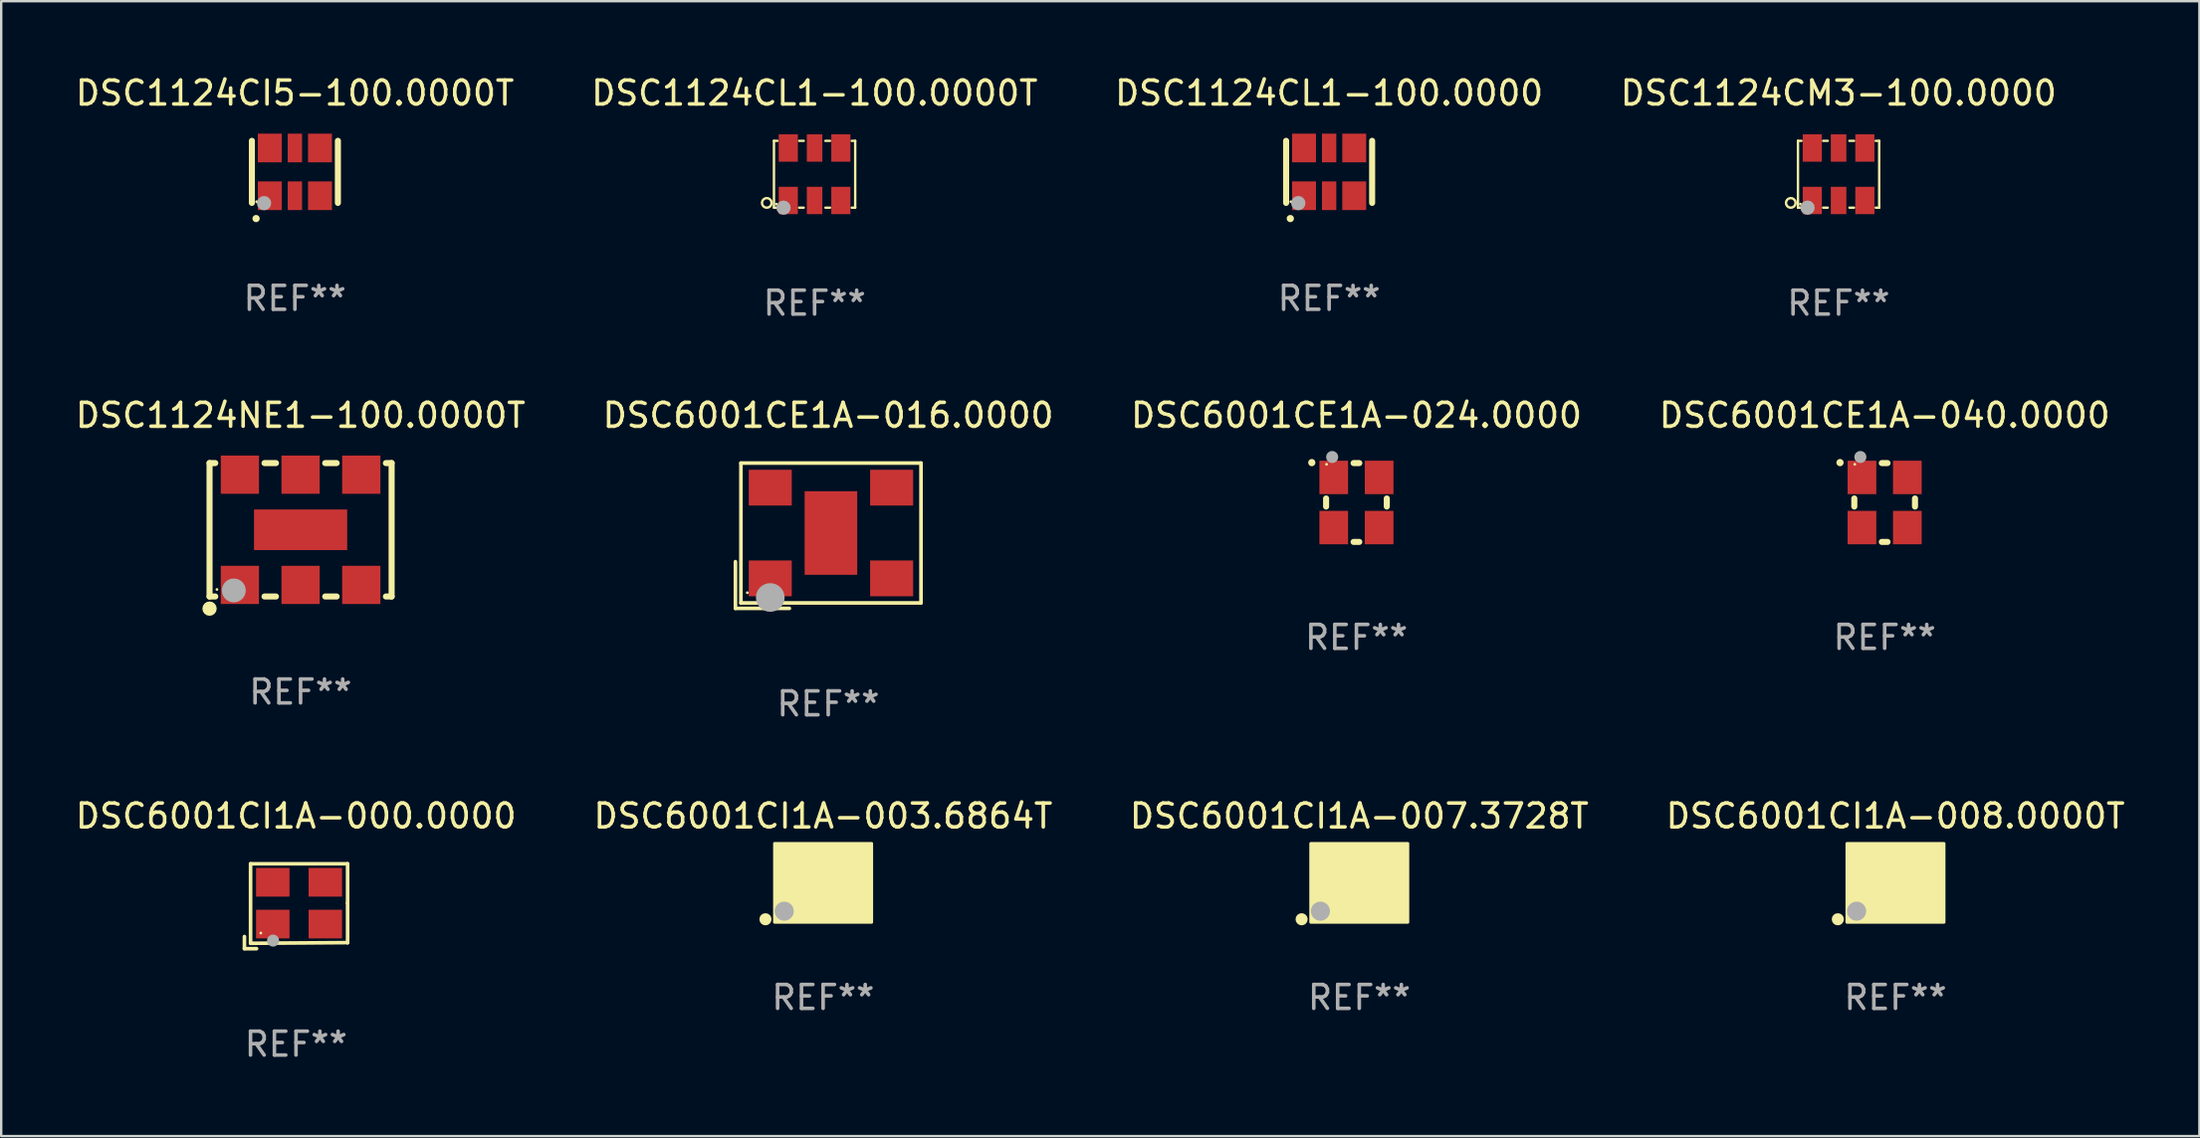
<source format=kicad_pcb>
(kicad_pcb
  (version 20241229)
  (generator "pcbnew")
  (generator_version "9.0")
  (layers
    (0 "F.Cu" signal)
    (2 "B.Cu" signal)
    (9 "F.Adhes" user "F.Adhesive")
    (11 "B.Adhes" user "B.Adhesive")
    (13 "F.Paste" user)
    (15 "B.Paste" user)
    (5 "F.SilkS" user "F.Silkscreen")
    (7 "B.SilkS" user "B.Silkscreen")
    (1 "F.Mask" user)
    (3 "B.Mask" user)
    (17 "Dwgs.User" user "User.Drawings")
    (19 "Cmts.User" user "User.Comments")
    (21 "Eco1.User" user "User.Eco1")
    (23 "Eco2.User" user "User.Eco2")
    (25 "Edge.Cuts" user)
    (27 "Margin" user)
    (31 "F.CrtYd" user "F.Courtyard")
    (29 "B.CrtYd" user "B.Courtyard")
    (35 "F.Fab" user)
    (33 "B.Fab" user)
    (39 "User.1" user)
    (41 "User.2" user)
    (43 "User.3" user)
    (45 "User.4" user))
  (footprint "DSC6001CI1A-007.3728T"
    (layer "F.Cu")
    (at 53.839 33.927)
    (property "Reference" "DSC6001CI1A-007.3728T" (at 0 -2.8 0) (layer "F.SilkS") (effects (font (size 1 1) (thickness 0.15))))
    (attr through_hole)
    (fp_circle (center -2.413 1.524) (end -2.286 1.524) (stroke (width 0.254) (type solid)) (fill no) (layer "F.SilkS"))
    (fp_circle (center -1.6 1.25) (end -1.57 1.25) (stroke (width 0.06) (type solid)) (fill no) (layer "F.SilkS"))
    (fp_poly (pts (xy -2.032 -1.651) (xy 2.032 -1.651) (xy 2.032 1.651) (xy -2.032 1.651)) (stroke (width 0.12) (type solid)) (fill yes) (layer "F.SilkS"))
    (fp_circle (center -1.627 1.185) (end -1.427 1.185) (stroke (width 0.4) (type solid)) (fill no) (layer "F.Fab"))
    (fp_text user "REF**" (at 0 4.8 0) (layer "F.Fab") (effects (font (size 1 1) (thickness 0.15))))
    (pad "1" smd rect (at -1.05 0.8) (size 1.4 1.2) (layers "F.Cu" "F.Mask" "F.Paste"))
    (pad "2" smd rect (at 1.05 0.8) (size 1.4 1.2) (layers "F.Cu" "F.Mask" "F.Paste"))
    (pad "3" smd rect (at 1.05 -0.8) (size 1.4 1.2) (layers "F.Cu" "F.Mask" "F.Paste"))
    (pad "4" smd rect (at -1.05 -0.8) (size 1.4 1.2) (layers "F.Cu" "F.Mask" "F.Paste")))
  (footprint "DSC1124NE1-100.0000T"
    (layer "F.Cu")
    (at 9.53 19.139)
    (property "Reference" "DSC1124NE1-100.0000T" (at 0 -4.794 0) (layer "F.SilkS") (effects (font (size 1 1) (thickness 0.15))))
    (attr through_hole)
    (fp_line (start -3.81 2.794) (end -3.81 -2.794) (stroke (width 0.254) (type solid)) (layer "F.SilkS"))
    (fp_line (start -3.81 2.794) (end -3.571 2.794) (stroke (width 0.254) (type solid)) (layer "F.SilkS"))
    (fp_line (start -3.571 -2.794) (end -3.81 -2.794) (stroke (width 0.254) (type solid)) (layer "F.SilkS"))
    (fp_line (start -1.509 2.794) (end -1.031 2.794) (stroke (width 0.254) (type solid)) (layer "F.SilkS"))
    (fp_line (start -1.031 -2.794) (end -1.509 -2.794) (stroke (width 0.254) (type solid)) (layer "F.SilkS"))
    (fp_line (start 1.031 2.794) (end 1.509 2.794) (stroke (width 0.254) (type solid)) (layer "F.SilkS"))
    (fp_line (start 1.509 -2.794) (end 1.031 -2.794) (stroke (width 0.254) (type solid)) (layer "F.SilkS"))
    (fp_line (start 3.571 2.794) (end 3.81 2.794) (stroke (width 0.254) (type solid)) (layer "F.SilkS"))
    (fp_line (start 3.81 -2.794) (end 3.571 -2.794) (stroke (width 0.254) (type solid)) (layer "F.SilkS"))
    (fp_line (start 3.81 -2.794) (end 3.81 2.794) (stroke (width 0.254) (type solid)) (layer "F.SilkS"))
    (fp_circle (center -3.81 3.302) (end -3.66 3.302) (stroke (width 0.3) (type solid)) (fill no) (layer "F.SilkS"))
    (fp_circle (center -3.5 2.5) (end -3.47 2.5) (stroke (width 0.06) (type solid)) (fill no) (layer "F.SilkS"))
    (fp_circle (center -2.794 2.54) (end -2.544 2.54) (stroke (width 0.5) (type solid)) (fill no) (layer "F.Fab"))
    (fp_text user "REF**" (at 0 6.794 0) (layer "F.Fab") (effects (font (size 1 1) (thickness 0.15))))
    (pad "1" smd rect (at -2.54 2.308) (size 1.6 1.6) (layers "F.Cu" "F.Mask" "F.Paste"))
    (pad "2" smd rect (at 0 2.308) (size 1.6 1.6) (layers "F.Cu" "F.Mask" "F.Paste"))
    (pad "3" smd rect (at 2.54 2.308) (size 1.6 1.6) (layers "F.Cu" "F.Mask" "F.Paste"))
    (pad "4" smd rect (at 2.54 -2.308) (size 1.6 1.6) (layers "F.Cu" "F.Mask" "F.Paste"))
    (pad "5" smd rect (at 0 -2.308) (size 1.6 1.6) (layers "F.Cu" "F.Mask" "F.Paste"))
    (pad "6" smd rect (at -2.54 -2.308) (size 1.6 1.6) (layers "F.Cu" "F.Mask" "F.Paste"))
    (pad "7" smd rect (at 0 0 90) (size 1.7 3.9) (layers "F.Cu" "F.Mask" "F.Paste")))
  (footprint "DSC6001CI1A-000.0000"
    (layer "F.Cu")
    (at 9.339 34.905)
    (property "Reference" "DSC6001CI1A-000.0000" (at 0 -3.778 0) (layer "F.SilkS") (effects (font (size 1 1) (thickness 0.15))))
    (attr through_hole)
    (fp_line (start -2.159 1.27) (end -2.159 1.778) (stroke (width 0.152) (type solid)) (layer "F.SilkS"))
    (fp_line (start -2.159 1.778) (end -1.651 1.778) (stroke (width 0.152) (type solid)) (layer "F.SilkS"))
    (fp_line (start -1.902 -1.778) (end 2.159 -1.778) (stroke (width 0.152) (type solid)) (layer "F.SilkS"))
    (fp_line (start -1.902 1.552) (end -1.902 -1.778) (stroke (width 0.152) (type solid)) (layer "F.SilkS"))
    (fp_line (start 2.159 -1.778) (end 2.159 -0.127) (stroke (width 0.152) (type solid)) (layer "F.SilkS"))
    (fp_line (start 2.159 -0.127) (end 2.159 1.524) (stroke (width 0.152) (type solid)) (layer "F.SilkS"))
    (fp_line (start 2.159 1.524) (end -1.902 1.552) (stroke (width 0.152) (type solid)) (layer "F.SilkS"))
    (fp_line (start 2.159 1.524) (end 2.159 1.524) (stroke (width 0.152) (type solid)) (layer "F.SilkS"))
    (fp_circle (center -1.473 1.123) (end -1.443 1.123) (stroke (width 0.06) (type solid)) (fill no) (layer "F.SilkS"))
    (fp_circle (center -0.961 1.44) (end -0.834 1.44) (stroke (width 0.254) (type solid)) (fill no) (layer "F.Fab"))
    (fp_text user "REF**" (at 0 5.778 0) (layer "F.Fab") (effects (font (size 1 1) (thickness 0.15))))
    (pad "1" smd rect (at -0.973 0.748) (size 1.4 1.2) (layers "F.Cu" "F.Mask" "F.Paste"))
    (pad "2" smd rect (at 1.227 0.748) (size 1.4 1.2) (layers "F.Cu" "F.Mask" "F.Paste"))
    (pad "3" smd rect (at 1.227 -1.002) (size 1.4 1.2) (layers "F.Cu" "F.Mask" "F.Paste"))
    (pad "4" smd rect (at -0.973 -1.002) (size 1.4 1.2) (layers "F.Cu" "F.Mask" "F.Paste")))
  (footprint "DSC1124CM3-100.0000"
    (layer "F.Cu")
    (at 73.899 4.248)
    (property "Reference" "DSC1124CM3-100.0000" (at 0 -3.4 0) (layer "F.SilkS") (effects (font (size 1 1) (thickness 0.15))))
    (attr through_hole)
    (fp_line (start -1.7 -1.4) (end -1.554 -1.4) (stroke (width 0.1) (type solid)) (layer "F.SilkS"))
    (fp_line (start -1.7 1.4) (end -1.7 -1.4) (stroke (width 0.1) (type solid)) (layer "F.SilkS"))
    (fp_line (start -1.554 1.4) (end -1.7 1.4) (stroke (width 0.1) (type solid)) (layer "F.SilkS"))
    (fp_line (start -0.646 -1.4) (end -0.454 -1.4) (stroke (width 0.1) (type solid)) (layer "F.SilkS"))
    (fp_line (start -0.454 1.4) (end -0.646 1.4) (stroke (width 0.1) (type solid)) (layer "F.SilkS"))
    (fp_line (start 0.454 -1.4) (end 0.646 -1.4) (stroke (width 0.1) (type solid)) (layer "F.SilkS"))
    (fp_line (start 0.646 1.4) (end 0.454 1.4) (stroke (width 0.1) (type solid)) (layer "F.SilkS"))
    (fp_line (start 1.554 -1.4) (end 1.7 -1.4) (stroke (width 0.1) (type solid)) (layer "F.SilkS"))
    (fp_line (start 1.7 -1.4) (end 1.7 1.4) (stroke (width 0.1) (type solid)) (layer "F.SilkS"))
    (fp_line (start 1.7 1.4) (end 1.554 1.4) (stroke (width 0.1) (type solid)) (layer "F.SilkS"))
    (fp_circle (center -2 1.2) (end -1.8 1.2) (stroke (width 0.1) (type solid)) (fill no) (layer "F.SilkS"))
    (fp_circle (center -1.6 1.25) (end -1.57 1.25) (stroke (width 0.06) (type solid)) (fill no) (layer "F.SilkS"))
    (fp_circle (center -1.3 1.4) (end -1.15 1.4) (stroke (width 0.3) (type solid)) (fill no) (layer "F.Fab"))
    (fp_text user "REF**" (at 0 5.4 0) (layer "F.Fab") (effects (font (size 1 1) (thickness 0.15))))
    (pad "1" smd rect (at -1.1 1.098) (size 0.8 1.145) (layers "F.Cu" "F.Mask" "F.Paste"))
    (pad "2" smd rect (at 0 1.098) (size 0.65 1.145) (layers "F.Cu" "F.Mask" "F.Paste"))
    (pad "3" smd rect (at 1.1 1.098) (size 0.8 1.145) (layers "F.Cu" "F.Mask" "F.Paste"))
    (pad "4" smd rect (at 1.1 -1.098 180) (size 0.8 1.145) (layers "F.Cu" "F.Mask" "F.Paste"))
    (pad "5" smd rect (at 0 -1.098) (size 0.65 1.145) (layers "F.Cu" "F.Mask" "F.Paste"))
    (pad "6" smd rect (at -1.1 -1.098) (size 0.8 1.145) (layers "F.Cu" "F.Mask" "F.Paste")))
  (footprint "DSC1124CL1-100.0000T"
    (layer "F.Cu")
    (at 31.042 4.248)
    (property "Reference" "DSC1124CL1-100.0000T" (at 0 -3.4 0) (layer "F.SilkS") (effects (font (size 1 1) (thickness 0.15))))
    (attr through_hole)
    (fp_line (start -1.7 -1.4) (end -1.554 -1.4) (stroke (width 0.1) (type solid)) (layer "F.SilkS"))
    (fp_line (start -1.7 1.4) (end -1.7 -1.4) (stroke (width 0.1) (type solid)) (layer "F.SilkS"))
    (fp_line (start -1.554 1.4) (end -1.7 1.4) (stroke (width 0.1) (type solid)) (layer "F.SilkS"))
    (fp_line (start -0.646 -1.4) (end -0.454 -1.4) (stroke (width 0.1) (type solid)) (layer "F.SilkS"))
    (fp_line (start -0.454 1.4) (end -0.646 1.4) (stroke (width 0.1) (type solid)) (layer "F.SilkS"))
    (fp_line (start 0.454 -1.4) (end 0.646 -1.4) (stroke (width 0.1) (type solid)) (layer "F.SilkS"))
    (fp_line (start 0.646 1.4) (end 0.454 1.4) (stroke (width 0.1) (type solid)) (layer "F.SilkS"))
    (fp_line (start 1.554 -1.4) (end 1.7 -1.4) (stroke (width 0.1) (type solid)) (layer "F.SilkS"))
    (fp_line (start 1.7 -1.4) (end 1.7 1.4) (stroke (width 0.1) (type solid)) (layer "F.SilkS"))
    (fp_line (start 1.7 1.4) (end 1.554 1.4) (stroke (width 0.1) (type solid)) (layer "F.SilkS"))
    (fp_circle (center -2 1.2) (end -1.8 1.2) (stroke (width 0.1) (type solid)) (fill no) (layer "F.SilkS"))
    (fp_circle (center -1.6 1.25) (end -1.57 1.25) (stroke (width 0.06) (type solid)) (fill no) (layer "F.SilkS"))
    (fp_circle (center -1.3 1.4) (end -1.15 1.4) (stroke (width 0.3) (type solid)) (fill no) (layer "F.Fab"))
    (fp_text user "REF**" (at 0 5.4 0) (layer "F.Fab") (effects (font (size 1 1) (thickness 0.15))))
    (pad "1" smd rect (at -1.1 1.098) (size 0.8 1.145) (layers "F.Cu" "F.Mask" "F.Paste"))
    (pad "2" smd rect (at 0 1.098) (size 0.65 1.145) (layers "F.Cu" "F.Mask" "F.Paste"))
    (pad "3" smd rect (at 1.1 1.098) (size 0.8 1.145) (layers "F.Cu" "F.Mask" "F.Paste"))
    (pad "4" smd rect (at 1.1 -1.098 180) (size 0.8 1.145) (layers "F.Cu" "F.Mask" "F.Paste"))
    (pad "5" smd rect (at 0 -1.098) (size 0.65 1.145) (layers "F.Cu" "F.Mask" "F.Paste"))
    (pad "6" smd rect (at -1.1 -1.098) (size 0.8 1.145) (layers "F.Cu" "F.Mask" "F.Paste")))
  (footprint "DSC1124CI5-100.0000T"
    (layer "F.Cu")
    (at 9.292 4.148)
    (property "Reference" "DSC1124CI5-100.0000T" (at 0 -3.3 0) (layer "F.SilkS") (effects (font (size 1 1) (thickness 0.15))))
    (attr through_hole)
    (fp_line (start -1.8 -1.3) (end -1.8 1.3) (stroke (width 0.254) (type solid)) (layer "F.SilkS"))
    (fp_line (start 1.8 -1.3) (end 1.8 1.3) (stroke (width 0.254) (type solid)) (layer "F.SilkS"))
    (fp_arc (start -1.625603 1.955804) (mid -1.624333 1.955799) (end -1.623063 1.955804) (stroke (width 0.3) (type solid)) (layer "F.SilkS"))
    (fp_circle (center -1.6 1.25) (end -1.57 1.25) (stroke (width 0.06) (type solid)) (fill no) (layer "F.SilkS"))
    (fp_circle (center -1.29 1.31) (end -1.14 1.31) (stroke (width 0.3) (type solid)) (fill no) (layer "F.Fab"))
    (fp_text user "REF**" (at 0 5.3 0) (layer "F.Fab") (effects (font (size 1 1) (thickness 0.15))))
    (pad "1" smd rect (at -1.05 1) (size 1 1.2) (layers "F.Cu" "F.Mask" "F.Paste"))
    (pad "2" smd rect (at 0 1) (size 0.6 1.2) (layers "F.Cu" "F.Mask" "F.Paste"))
    (pad "3" smd rect (at 1.05 1) (size 1 1.2) (layers "F.Cu" "F.Mask" "F.Paste"))
    (pad "4" smd rect (at 1.05 -1) (size 1 1.2) (layers "F.Cu" "F.Mask" "F.Paste"))
    (pad "5" smd rect (at 0 -1) (size 0.6 1.2) (layers "F.Cu" "F.Mask" "F.Paste"))
    (pad "6" smd rect (at -1.05 -1) (size 1 1.2) (layers "F.Cu" "F.Mask" "F.Paste")))
  (footprint "DSC6001CE1A-040.0000"
    (layer "F.Cu")
    (at 75.827 17.996)
    (property "Reference" "DSC6001CE1A-040.0000" (at 0 -3.651 0) (layer "F.SilkS") (effects (font (size 1 1) (thickness 0.15))))
    (attr through_hole)
    (fp_line (start -1.27 -0.169) (end -1.27 0.169) (stroke (width 0.254) (type solid)) (layer "F.SilkS"))
    (fp_line (start 0.119 -1.651) (end -0.119 -1.651) (stroke (width 0.254) (type solid)) (layer "F.SilkS"))
    (fp_line (start 0.119 1.651) (end -0.119 1.651) (stroke (width 0.254) (type solid)) (layer "F.SilkS"))
    (fp_line (start 1.27 -0.169) (end 1.27 0.169) (stroke (width 0.254) (type solid)) (layer "F.SilkS"))
    (fp_arc (start -1.868631 -1.669799) (mid -1.868636 -1.671069) (end -1.868631 -1.672339) (stroke (width 0.3) (type solid)) (layer "F.SilkS"))
    (fp_circle (center -1.25 -1.6) (end -1.22 -1.6) (stroke (width 0.06) (type solid)) (fill no) (layer "F.SilkS"))
    (fp_circle (center -1.016 -1.905) (end -0.889 -1.905) (stroke (width 0.254) (type solid)) (fill no) (layer "F.Fab"))
    (fp_text user "REF**" (at 0 5.651 0) (layer "F.Fab") (effects (font (size 1 1) (thickness 0.15))))
    (pad "1" smd rect (at -0.95 -1.05 90) (size 1.4 1.2) (layers "F.Cu" "F.Mask" "F.Paste"))
    (pad "2" smd rect (at -0.95 1.05 90) (size 1.4 1.2) (layers "F.Cu" "F.Mask" "F.Paste"))
    (pad "3" smd rect (at 0.95 1.05 90) (size 1.4 1.2) (layers "F.Cu" "F.Mask" "F.Paste"))
    (pad "4" smd rect (at 0.95 -1.05 90) (size 1.4 1.2) (layers "F.Cu" "F.Mask" "F.Paste")))
  (footprint "DSC6001CE1A-016.0000"
    (layer "F.Cu")
    (at 31.613 19.388)
    (property "Reference" "DSC6001CE1A-016.0000" (at 0 -5.043 0) (layer "F.SilkS") (effects (font (size 1 1) (thickness 0.15))))
    (attr through_hole)
    (fp_line (start -3.883 1.086) (end -3.883 3.043) (stroke (width 0.152) (type solid)) (layer "F.SilkS"))
    (fp_line (start -3.883 3.043) (end -1.626 3.043) (stroke (width 0.152) (type solid)) (layer "F.SilkS"))
    (fp_line (start -3.654 -3.043) (end 3.883 -3.043) (stroke (width 0.152) (type solid)) (layer "F.SilkS"))
    (fp_line (start -3.654 2.814) (end -3.654 -3.043) (stroke (width 0.152) (type solid)) (layer "F.SilkS"))
    (fp_line (start 3.883 -3.043) (end 3.883 2.814) (stroke (width 0.152) (type solid)) (layer "F.SilkS"))
    (fp_line (start 3.883 2.814) (end -3.654 2.814) (stroke (width 0.152) (type solid)) (layer "F.SilkS"))
    (fp_circle (center -3.386 2.386) (end -3.356 2.386) (stroke (width 0.06) (type solid)) (fill no) (layer "F.SilkS"))
    (fp_circle (center -2.426 2.586) (end -2.126 2.586) (stroke (width 0.6) (type solid)) (fill no) (layer "F.Fab"))
    (fp_text user "REF**" (at 0 7.043 0) (layer "F.Fab") (effects (font (size 1 1) (thickness 0.15))))
    (pad "1" smd rect (at -2.426 1.786) (size 1.8 1.5) (layers "F.Cu" "F.Mask" "F.Paste"))
    (pad "2" smd rect (at 2.654 1.786) (size 1.8 1.5) (layers "F.Cu" "F.Mask" "F.Paste"))
    (pad "3" smd rect (at 2.654 -2.014) (size 1.8 1.5) (layers "F.Cu" "F.Mask" "F.Paste"))
    (pad "4" smd rect (at -2.426 -2.014) (size 1.8 1.5) (layers "F.Cu" "F.Mask" "F.Paste"))
    (pad "5" smd rect (at 0.114 -0.114) (size 2.2 3.5) (layers "F.Cu" "F.Mask" "F.Paste")))
  (footprint "DSC6001CI1A-008.0000T"
    (layer "F.Cu")
    (at 76.28 33.927)
    (property "Reference" "DSC6001CI1A-008.0000T" (at 0 -2.8 0) (layer "F.SilkS") (effects (font (size 1 1) (thickness 0.15))))
    (attr through_hole)
    (fp_circle (center -2.413 1.524) (end -2.286 1.524) (stroke (width 0.254) (type solid)) (fill no) (layer "F.SilkS"))
    (fp_circle (center -1.6 1.25) (end -1.57 1.25) (stroke (width 0.06) (type solid)) (fill no) (layer "F.SilkS"))
    (fp_poly (pts (xy -2.032 -1.651) (xy 2.032 -1.651) (xy 2.032 1.651) (xy -2.032 1.651)) (stroke (width 0.12) (type solid)) (fill yes) (layer "F.SilkS"))
    (fp_circle (center -1.627 1.185) (end -1.427 1.185) (stroke (width 0.4) (type solid)) (fill no) (layer "F.Fab"))
    (fp_text user "REF**" (at 0 4.8 0) (layer "F.Fab") (effects (font (size 1 1) (thickness 0.15))))
    (pad "1" smd rect (at -1.05 0.8) (size 1.4 1.2) (layers "F.Cu" "F.Mask" "F.Paste"))
    (pad "2" smd rect (at 1.05 0.8) (size 1.4 1.2) (layers "F.Cu" "F.Mask" "F.Paste"))
    (pad "3" smd rect (at 1.05 -0.8) (size 1.4 1.2) (layers "F.Cu" "F.Mask" "F.Paste"))
    (pad "4" smd rect (at -1.05 -0.8) (size 1.4 1.2) (layers "F.Cu" "F.Mask" "F.Paste")))
  (footprint "DSC6001CI1A-003.6864T"
    (layer "F.Cu")
    (at 31.399 33.927)
    (property "Reference" "DSC6001CI1A-003.6864T" (at 0 -2.8 0) (layer "F.SilkS") (effects (font (size 1 1) (thickness 0.15))))
    (attr through_hole)
    (fp_circle (center -2.413 1.524) (end -2.286 1.524) (stroke (width 0.254) (type solid)) (fill no) (layer "F.SilkS"))
    (fp_circle (center -1.6 1.25) (end -1.57 1.25) (stroke (width 0.06) (type solid)) (fill no) (layer "F.SilkS"))
    (fp_poly (pts (xy -2.032 -1.651) (xy 2.032 -1.651) (xy 2.032 1.651) (xy -2.032 1.651)) (stroke (width 0.12) (type solid)) (fill yes) (layer "F.SilkS"))
    (fp_circle (center -1.627 1.185) (end -1.427 1.185) (stroke (width 0.4) (type solid)) (fill no) (layer "F.Fab"))
    (fp_text user "REF**" (at 0 4.8 0) (layer "F.Fab") (effects (font (size 1 1) (thickness 0.15))))
    (pad "1" smd rect (at -1.05 0.8) (size 1.4 1.2) (layers "F.Cu" "F.Mask" "F.Paste"))
    (pad "2" smd rect (at 1.05 0.8) (size 1.4 1.2) (layers "F.Cu" "F.Mask" "F.Paste"))
    (pad "3" smd rect (at 1.05 -0.8) (size 1.4 1.2) (layers "F.Cu" "F.Mask" "F.Paste"))
    (pad "4" smd rect (at -1.05 -0.8) (size 1.4 1.2) (layers "F.Cu" "F.Mask" "F.Paste")))
  (footprint "DSC1124CL1-100.0000"
    (layer "F.Cu")
    (at 52.577 4.148)
    (property "Reference" "DSC1124CL1-100.0000" (at 0 -3.3 0) (layer "F.SilkS") (effects (font (size 1 1) (thickness 0.15))))
    (attr through_hole)
    (fp_line (start -1.8 -1.3) (end -1.8 1.3) (stroke (width 0.254) (type solid)) (layer "F.SilkS"))
    (fp_line (start 1.8 -1.3) (end 1.8 1.3) (stroke (width 0.254) (type solid)) (layer "F.SilkS"))
    (fp_arc (start -1.625603 1.955804) (mid -1.624333 1.955799) (end -1.623063 1.955804) (stroke (width 0.3) (type solid)) (layer "F.SilkS"))
    (fp_circle (center -1.6 1.25) (end -1.57 1.25) (stroke (width 0.06) (type solid)) (fill no) (layer "F.SilkS"))
    (fp_circle (center -1.29 1.31) (end -1.14 1.31) (stroke (width 0.3) (type solid)) (fill no) (layer "F.Fab"))
    (fp_text user "REF**" (at 0 5.3 0) (layer "F.Fab") (effects (font (size 1 1) (thickness 0.15))))
    (pad "1" smd rect (at -1.05 1) (size 1 1.2) (layers "F.Cu" "F.Mask" "F.Paste"))
    (pad "2" smd rect (at 0 1) (size 0.6 1.2) (layers "F.Cu" "F.Mask" "F.Paste"))
    (pad "3" smd rect (at 1.05 1) (size 1 1.2) (layers "F.Cu" "F.Mask" "F.Paste"))
    (pad "4" smd rect (at 1.05 -1) (size 1 1.2) (layers "F.Cu" "F.Mask" "F.Paste"))
    (pad "5" smd rect (at 0 -1) (size 0.6 1.2) (layers "F.Cu" "F.Mask" "F.Paste"))
    (pad "6" smd rect (at -1.05 -1) (size 1 1.2) (layers "F.Cu" "F.Mask" "F.Paste")))
  (footprint "DSC6001CE1A-024.0000"
    (layer "F.Cu")
    (at 53.72 17.996)
    (property "Reference" "DSC6001CE1A-024.0000" (at 0 -3.651 0) (layer "F.SilkS") (effects (font (size 1 1) (thickness 0.15))))
    (attr through_hole)
    (fp_line (start -1.27 -0.169) (end -1.27 0.169) (stroke (width 0.254) (type solid)) (layer "F.SilkS"))
    (fp_line (start 0.119 -1.651) (end -0.119 -1.651) (stroke (width 0.254) (type solid)) (layer "F.SilkS"))
    (fp_line (start 0.119 1.651) (end -0.119 1.651) (stroke (width 0.254) (type solid)) (layer "F.SilkS"))
    (fp_line (start 1.27 -0.169) (end 1.27 0.169) (stroke (width 0.254) (type solid)) (layer "F.SilkS"))
    (fp_arc (start -1.868631 -1.669799) (mid -1.868636 -1.671069) (end -1.868631 -1.672339) (stroke (width 0.3) (type solid)) (layer "F.SilkS"))
    (fp_circle (center -1.25 -1.6) (end -1.22 -1.6) (stroke (width 0.06) (type solid)) (fill no) (layer "F.SilkS"))
    (fp_circle (center -1.016 -1.905) (end -0.889 -1.905) (stroke (width 0.254) (type solid)) (fill no) (layer "F.Fab"))
    (fp_text user "REF**" (at 0 5.651 0) (layer "F.Fab") (effects (font (size 1 1) (thickness 0.15))))
    (pad "1" smd rect (at -0.95 -1.05 90) (size 1.4 1.2) (layers "F.Cu" "F.Mask" "F.Paste"))
    (pad "2" smd rect (at -0.95 1.05 90) (size 1.4 1.2) (layers "F.Cu" "F.Mask" "F.Paste"))
    (pad "3" smd rect (at 0.95 1.05 90) (size 1.4 1.2) (layers "F.Cu" "F.Mask" "F.Paste"))
    (pad "4" smd rect (at 0.95 -1.05 90) (size 1.4 1.2) (layers "F.Cu" "F.Mask" "F.Paste")))
  (gr_rect
    (start -3 -3)
    (end 89 44.531)
    (stroke (width 0.1) (type default))
    (fill no)
    (layer "Edge.Cuts")))
</source>
